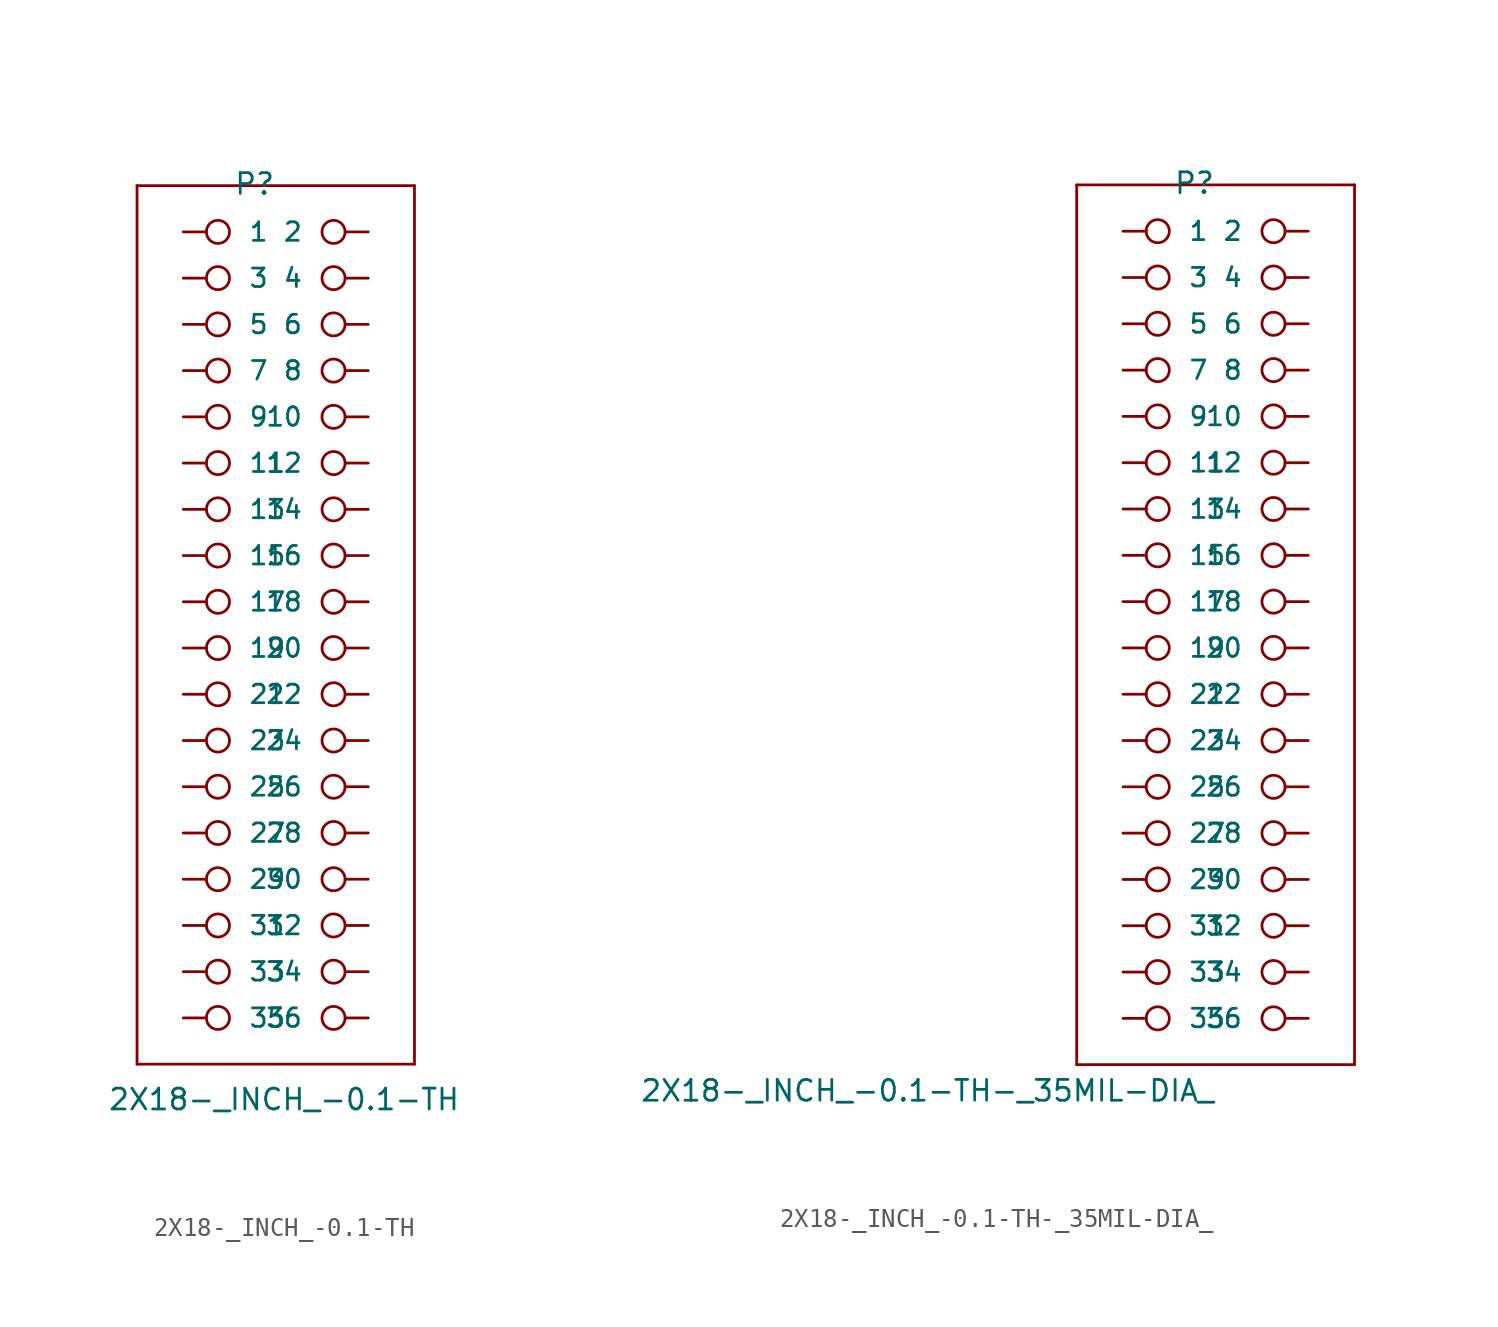
<source format=kicad_sym>
(kicad_symbol_lib
  (version 20211014)
  (generator kicad_symbol_editor)
  (symbol "2X18-_INCH_-0.1-TH"
    (pin_numbers hide)
    (pin_names
      (offset 1.016))
    (property "Reference" "P"
      (at 0 26.162 0)
      (effects (font (size 1.143 1.143)) (justify right top)))
    (property "Value" "2X18-_INCH_-0.1-TH"
      (at 10.16 -24.13 0)
      (effects (font (size 1.143 1.143)) (justify right top)))
    (property "ki_locked" ""
      (at 0 0 0)
      (effects (font (size 1.27 1.27))))
    (symbol "2X18-_INCH_-0.1-TH_1_0"
      (polyline (pts (xy -7.62 -22.86) (xy -7.62 25.4)) (stroke (width 0) (type default) (color 0 0 0 0)) (fill (type none)))
      (polyline (pts (xy -7.62 25.4) (xy 7.62 25.4)) (stroke (width 0) (type default) (color 0 0 0 0)) (fill (type none)))
      (polyline (pts (xy 7.62 -22.86) (xy -7.62 -22.86)) (stroke (width 0) (type default) (color 0 0 0 0)) (fill (type none)))
      (polyline (pts (xy 7.62 25.4) (xy 7.62 -22.86)) (stroke (width 0) (type default) (color 0 0 0 0)) (fill (type none))))
    (symbol "2X18-_INCH_-0.1-TH_1_1"
      (pin bidirectional inverted (at -5.08 22.86 0) (length 2.54) (name "1" (effects (font (size 1.016 1.016)))) (number "1" (effects (font (size 1.016 1.016)))))
      (pin bidirectional inverted (at 5.08 12.7 180) (length 2.54) (name "10" (effects (font (size 1.016 1.016)))) (number "10" (effects (font (size 1.016 1.016)))))
      (pin bidirectional inverted (at -5.08 10.16 0) (length 2.54) (name "11" (effects (font (size 1.016 1.016)))) (number "11" (effects (font (size 1.016 1.016)))))
      (pin bidirectional inverted (at 5.08 10.16 180) (length 2.54) (name "12" (effects (font (size 1.016 1.016)))) (number "12" (effects (font (size 1.016 1.016)))))
      (pin bidirectional inverted (at -5.08 7.62 0) (length 2.54) (name "13" (effects (font (size 1.016 1.016)))) (number "13" (effects (font (size 1.016 1.016)))))
      (pin bidirectional inverted (at 5.08 7.62 180) (length 2.54) (name "14" (effects (font (size 1.016 1.016)))) (number "14" (effects (font (size 1.016 1.016)))))
      (pin bidirectional inverted (at -5.08 5.08 0) (length 2.54) (name "15" (effects (font (size 1.016 1.016)))) (number "15" (effects (font (size 1.016 1.016)))))
      (pin bidirectional inverted (at 5.08 5.08 180) (length 2.54) (name "16" (effects (font (size 1.016 1.016)))) (number "16" (effects (font (size 1.016 1.016)))))
      (pin bidirectional inverted (at -5.08 2.54 0) (length 2.54) (name "17" (effects (font (size 1.016 1.016)))) (number "17" (effects (font (size 1.016 1.016)))))
      (pin bidirectional inverted (at 5.08 2.54 180) (length 2.54) (name "18" (effects (font (size 1.016 1.016)))) (number "18" (effects (font (size 1.016 1.016)))))
      (pin bidirectional inverted (at -5.08 0 0) (length 2.54) (name "19" (effects (font (size 1.016 1.016)))) (number "19" (effects (font (size 1.016 1.016)))))
      (pin bidirectional inverted (at 5.08 22.86 180) (length 2.54) (name "2" (effects (font (size 1.016 1.016)))) (number "2" (effects (font (size 1.016 1.016)))))
      (pin bidirectional inverted (at 5.08 0 180) (length 2.54) (name "20" (effects (font (size 1.016 1.016)))) (number "20" (effects (font (size 1.016 1.016)))))
      (pin bidirectional inverted (at -5.08 -2.54 0) (length 2.54) (name "21" (effects (font (size 1.016 1.016)))) (number "21" (effects (font (size 1.016 1.016)))))
      (pin bidirectional inverted (at 5.08 -2.54 180) (length 2.54) (name "22" (effects (font (size 1.016 1.016)))) (number "22" (effects (font (size 1.016 1.016)))))
      (pin bidirectional inverted (at -5.08 -5.08 0) (length 2.54) (name "23" (effects (font (size 1.016 1.016)))) (number "23" (effects (font (size 1.016 1.016)))))
      (pin bidirectional inverted (at 5.08 -5.08 180) (length 2.54) (name "24" (effects (font (size 1.016 1.016)))) (number "24" (effects (font (size 1.016 1.016)))))
      (pin bidirectional inverted (at -5.08 -7.62 0) (length 2.54) (name "25" (effects (font (size 1.016 1.016)))) (number "25" (effects (font (size 1.016 1.016)))))
      (pin bidirectional inverted (at 5.08 -7.62 180) (length 2.54) (name "26" (effects (font (size 1.016 1.016)))) (number "26" (effects (font (size 1.016 1.016)))))
      (pin bidirectional inverted (at -5.08 -10.16 0) (length 2.54) (name "27" (effects (font (size 1.016 1.016)))) (number "27" (effects (font (size 1.016 1.016)))))
      (pin bidirectional inverted (at 5.08 -10.16 180) (length 2.54) (name "28" (effects (font (size 1.016 1.016)))) (number "28" (effects (font (size 1.016 1.016)))))
      (pin bidirectional inverted (at -5.08 -12.7 0) (length 2.54) (name "29" (effects (font (size 1.016 1.016)))) (number "29" (effects (font (size 1.016 1.016)))))
      (pin bidirectional inverted (at -5.08 20.32 0) (length 2.54) (name "3" (effects (font (size 1.016 1.016)))) (number "3" (effects (font (size 1.016 1.016)))))
      (pin bidirectional inverted (at 5.08 -12.7 180) (length 2.54) (name "30" (effects (font (size 1.016 1.016)))) (number "30" (effects (font (size 1.016 1.016)))))
      (pin bidirectional inverted (at -5.08 -15.24 0) (length 2.54) (name "31" (effects (font (size 1.016 1.016)))) (number "31" (effects (font (size 1.016 1.016)))))
      (pin bidirectional inverted (at 5.08 -15.24 180) (length 2.54) (name "32" (effects (font (size 1.016 1.016)))) (number "32" (effects (font (size 1.016 1.016)))))
      (pin bidirectional inverted (at -5.08 -17.78 0) (length 2.54) (name "33" (effects (font (size 1.016 1.016)))) (number "33" (effects (font (size 1.016 1.016)))))
      (pin bidirectional inverted (at 5.08 -17.78 180) (length 2.54) (name "34" (effects (font (size 1.016 1.016)))) (number "34" (effects (font (size 1.016 1.016)))))
      (pin bidirectional inverted (at -5.08 -20.32 0) (length 2.54) (name "35" (effects (font (size 1.016 1.016)))) (number "35" (effects (font (size 1.016 1.016)))))
      (pin bidirectional inverted (at 5.08 -20.32 180) (length 2.54) (name "36" (effects (font (size 1.016 1.016)))) (number "36" (effects (font (size 1.016 1.016)))))
      (pin bidirectional inverted (at 5.08 20.32 180) (length 2.54) (name "4" (effects (font (size 1.016 1.016)))) (number "4" (effects (font (size 1.016 1.016)))))
      (pin bidirectional inverted (at -5.08 17.78 0) (length 2.54) (name "5" (effects (font (size 1.016 1.016)))) (number "5" (effects (font (size 1.016 1.016)))))
      (pin bidirectional inverted (at 5.08 17.78 180) (length 2.54) (name "6" (effects (font (size 1.016 1.016)))) (number "6" (effects (font (size 1.016 1.016)))))
      (pin bidirectional inverted (at -5.08 15.24 0) (length 2.54) (name "7" (effects (font (size 1.016 1.016)))) (number "7" (effects (font (size 1.016 1.016)))))
      (pin bidirectional inverted (at 5.08 15.24 180) (length 2.54) (name "8" (effects (font (size 1.016 1.016)))) (number "8" (effects (font (size 1.016 1.016)))))
      (pin bidirectional inverted (at -5.08 12.7 0) (length 2.54) (name "9" (effects (font (size 1.016 1.016)))) (number "9" (effects (font (size 1.016 1.016)))))))
  (symbol "2X18-_INCH_-0.1-TH-_35MIL-DIA_"
    (pin_numbers hide)
    (pin_names
      (offset 1.016))
    (property "Reference" "P"
      (at 0 26.162 0)
      (effects (font (size 1.143 1.143)) (justify right top)))
    (property "Value" "2X18-_INCH_-0.1-TH-_35MIL-DIA_"
      (at 0 -23.622 0)
      (effects (font (size 1.143 1.143)) (justify right top)))
    (property "ki_locked" ""
      (at 0 0 0)
      (effects (font (size 1.27 1.27))))
    (symbol "2X18-_INCH_-0.1-TH-_35MIL-DIA__1_0"
      (polyline (pts (xy -7.62 -22.86) (xy -7.62 25.4)) (stroke (width 0) (type default) (color 0 0 0 0)) (fill (type none)))
      (polyline (pts (xy -7.62 25.4) (xy 7.62 25.4)) (stroke (width 0) (type default) (color 0 0 0 0)) (fill (type none)))
      (polyline (pts (xy 7.62 -22.86) (xy -7.62 -22.86)) (stroke (width 0) (type default) (color 0 0 0 0)) (fill (type none)))
      (polyline (pts (xy 7.62 25.4) (xy 7.62 -22.86)) (stroke (width 0) (type default) (color 0 0 0 0)) (fill (type none))))
    (symbol "2X18-_INCH_-0.1-TH-_35MIL-DIA__1_1"
      (pin bidirectional inverted (at -5.08 22.86 0) (length 2.54) (name "1" (effects (font (size 1.016 1.016)))) (number "1" (effects (font (size 1.016 1.016)))))
      (pin bidirectional inverted (at 5.08 12.7 180) (length 2.54) (name "10" (effects (font (size 1.016 1.016)))) (number "10" (effects (font (size 1.016 1.016)))))
      (pin bidirectional inverted (at -5.08 10.16 0) (length 2.54) (name "11" (effects (font (size 1.016 1.016)))) (number "11" (effects (font (size 1.016 1.016)))))
      (pin bidirectional inverted (at 5.08 10.16 180) (length 2.54) (name "12" (effects (font (size 1.016 1.016)))) (number "12" (effects (font (size 1.016 1.016)))))
      (pin bidirectional inverted (at -5.08 7.62 0) (length 2.54) (name "13" (effects (font (size 1.016 1.016)))) (number "13" (effects (font (size 1.016 1.016)))))
      (pin bidirectional inverted (at 5.08 7.62 180) (length 2.54) (name "14" (effects (font (size 1.016 1.016)))) (number "14" (effects (font (size 1.016 1.016)))))
      (pin bidirectional inverted (at -5.08 5.08 0) (length 2.54) (name "15" (effects (font (size 1.016 1.016)))) (number "15" (effects (font (size 1.016 1.016)))))
      (pin bidirectional inverted (at 5.08 5.08 180) (length 2.54) (name "16" (effects (font (size 1.016 1.016)))) (number "16" (effects (font (size 1.016 1.016)))))
      (pin bidirectional inverted (at -5.08 2.54 0) (length 2.54) (name "17" (effects (font (size 1.016 1.016)))) (number "17" (effects (font (size 1.016 1.016)))))
      (pin bidirectional inverted (at 5.08 2.54 180) (length 2.54) (name "18" (effects (font (size 1.016 1.016)))) (number "18" (effects (font (size 1.016 1.016)))))
      (pin bidirectional inverted (at -5.08 0 0) (length 2.54) (name "19" (effects (font (size 1.016 1.016)))) (number "19" (effects (font (size 1.016 1.016)))))
      (pin bidirectional inverted (at 5.08 22.86 180) (length 2.54) (name "2" (effects (font (size 1.016 1.016)))) (number "2" (effects (font (size 1.016 1.016)))))
      (pin bidirectional inverted (at 5.08 0 180) (length 2.54) (name "20" (effects (font (size 1.016 1.016)))) (number "20" (effects (font (size 1.016 1.016)))))
      (pin bidirectional inverted (at -5.08 -2.54 0) (length 2.54) (name "21" (effects (font (size 1.016 1.016)))) (number "21" (effects (font (size 1.016 1.016)))))
      (pin bidirectional inverted (at 5.08 -2.54 180) (length 2.54) (name "22" (effects (font (size 1.016 1.016)))) (number "22" (effects (font (size 1.016 1.016)))))
      (pin bidirectional inverted (at -5.08 -5.08 0) (length 2.54) (name "23" (effects (font (size 1.016 1.016)))) (number "23" (effects (font (size 1.016 1.016)))))
      (pin bidirectional inverted (at 5.08 -5.08 180) (length 2.54) (name "24" (effects (font (size 1.016 1.016)))) (number "24" (effects (font (size 1.016 1.016)))))
      (pin bidirectional inverted (at -5.08 -7.62 0) (length 2.54) (name "25" (effects (font (size 1.016 1.016)))) (number "25" (effects (font (size 1.016 1.016)))))
      (pin bidirectional inverted (at 5.08 -7.62 180) (length 2.54) (name "26" (effects (font (size 1.016 1.016)))) (number "26" (effects (font (size 1.016 1.016)))))
      (pin bidirectional inverted (at -5.08 -10.16 0) (length 2.54) (name "27" (effects (font (size 1.016 1.016)))) (number "27" (effects (font (size 1.016 1.016)))))
      (pin bidirectional inverted (at 5.08 -10.16 180) (length 2.54) (name "28" (effects (font (size 1.016 1.016)))) (number "28" (effects (font (size 1.016 1.016)))))
      (pin bidirectional inverted (at -5.08 -12.7 0) (length 2.54) (name "29" (effects (font (size 1.016 1.016)))) (number "29" (effects (font (size 1.016 1.016)))))
      (pin bidirectional inverted (at -5.08 20.32 0) (length 2.54) (name "3" (effects (font (size 1.016 1.016)))) (number "3" (effects (font (size 1.016 1.016)))))
      (pin bidirectional inverted (at 5.08 -12.7 180) (length 2.54) (name "30" (effects (font (size 1.016 1.016)))) (number "30" (effects (font (size 1.016 1.016)))))
      (pin bidirectional inverted (at -5.08 -15.24 0) (length 2.54) (name "31" (effects (font (size 1.016 1.016)))) (number "31" (effects (font (size 1.016 1.016)))))
      (pin bidirectional inverted (at 5.08 -15.24 180) (length 2.54) (name "32" (effects (font (size 1.016 1.016)))) (number "32" (effects (font (size 1.016 1.016)))))
      (pin bidirectional inverted (at -5.08 -17.78 0) (length 2.54) (name "33" (effects (font (size 1.016 1.016)))) (number "33" (effects (font (size 1.016 1.016)))))
      (pin bidirectional inverted (at 5.08 -17.78 180) (length 2.54) (name "34" (effects (font (size 1.016 1.016)))) (number "34" (effects (font (size 1.016 1.016)))))
      (pin bidirectional inverted (at -5.08 -20.32 0) (length 2.54) (name "35" (effects (font (size 1.016 1.016)))) (number "35" (effects (font (size 1.016 1.016)))))
      (pin bidirectional inverted (at 5.08 -20.32 180) (length 2.54) (name "36" (effects (font (size 1.016 1.016)))) (number "36" (effects (font (size 1.016 1.016)))))
      (pin bidirectional inverted (at 5.08 20.32 180) (length 2.54) (name "4" (effects (font (size 1.016 1.016)))) (number "4" (effects (font (size 1.016 1.016)))))
      (pin bidirectional inverted (at -5.08 17.78 0) (length 2.54) (name "5" (effects (font (size 1.016 1.016)))) (number "5" (effects (font (size 1.016 1.016)))))
      (pin bidirectional inverted (at 5.08 17.78 180) (length 2.54) (name "6" (effects (font (size 1.016 1.016)))) (number "6" (effects (font (size 1.016 1.016)))))
      (pin bidirectional inverted (at -5.08 15.24 0) (length 2.54) (name "7" (effects (font (size 1.016 1.016)))) (number "7" (effects (font (size 1.016 1.016)))))
      (pin bidirectional inverted (at 5.08 15.24 180) (length 2.54) (name "8" (effects (font (size 1.016 1.016)))) (number "8" (effects (font (size 1.016 1.016)))))
      (pin bidirectional inverted (at -5.08 12.7 0) (length 2.54) (name "9" (effects (font (size 1.016 1.016)))) (number "9" (effects (font (size 1.016 1.016))))))))
</source>
